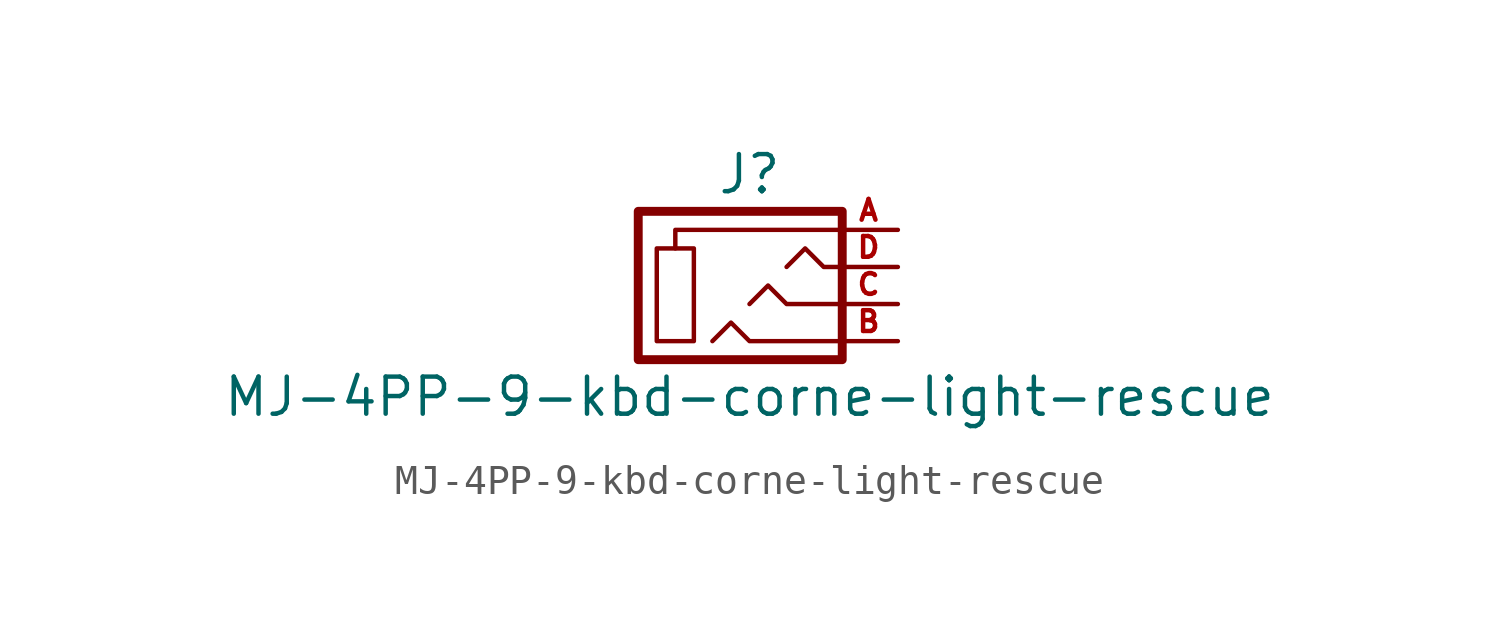
<source format=kicad_sym>
(kicad_symbol_lib
  (version 20231120)
  (generator "kicad_symbol_editor")
  (generator_version "8.0")
  (symbol "MJ-4PP-9-kbd-corne-light-rescue"
    (pin_names
      (offset 1.016))
    (property "Reference" "J"
      (at 0 3.81 0)
      (effects (font (size 1.27 1.27))))
    (property "Value" "MJ-4PP-9-kbd-corne-light-rescue"
      (at 0 -3.81 0)
      (effects (font (size 1.27 1.27))))
    (symbol "MJ-4PP-9-kbd-corne-light-rescue_0_1"
      (rectangle (start -1.905 -1.905) (end -3.175 1.27) (stroke (width 0) (type default)) (fill (type none)))
      (polyline (pts (xy -2.54 1.27) (xy -2.54 1.905) (xy 3.175 1.905)) (stroke (width 0) (type default)) (fill (type none)))
      (polyline (pts (xy -1.27 -1.905) (xy -0.635 -1.27) (xy 0 -1.905) (xy 3.175 -1.905)) (stroke (width 0) (type default)) (fill (type none)))
      (polyline (pts (xy 0 -0.635) (xy 0.635 0) (xy 1.27 -0.635) (xy 3.175 -0.635)) (stroke (width 0) (type default)) (fill (type none)))
      (polyline (pts (xy 1.27 0.635) (xy 1.905 1.27) (xy 2.54 0.635) (xy 3.175 0.635)) (stroke (width 0) (type default)) (fill (type none)))
      (rectangle (start 3.175 2.54) (end -3.81 -2.54) (stroke (width 0.305) (type default)) (fill (type none))))
    (symbol "MJ-4PP-9-kbd-corne-light-rescue_1_1"
      (pin input line (at 5.08 1.905 180) (length 2.007) (name "~" (effects (font (size 0.508 0.508)))) (number "A" (effects (font (size 0.711 0.711)))))
      (pin input line (at 5.08 -1.905 180) (length 2.007) (name "~" (effects (font (size 0.508 0.508)))) (number "B" (effects (font (size 0.711 0.711)))))
      (pin input line (at 5.08 -0.635 180) (length 2.007) (name "~" (effects (font (size 0.508 0.508)))) (number "C" (effects (font (size 0.711 0.711)))))
      (pin input line (at 5.08 0.635 180) (length 2.007) (name "~" (effects (font (size 0.508 0.508)))) (number "D" (effects (font (size 0.711 0.711))))))))
</source>
